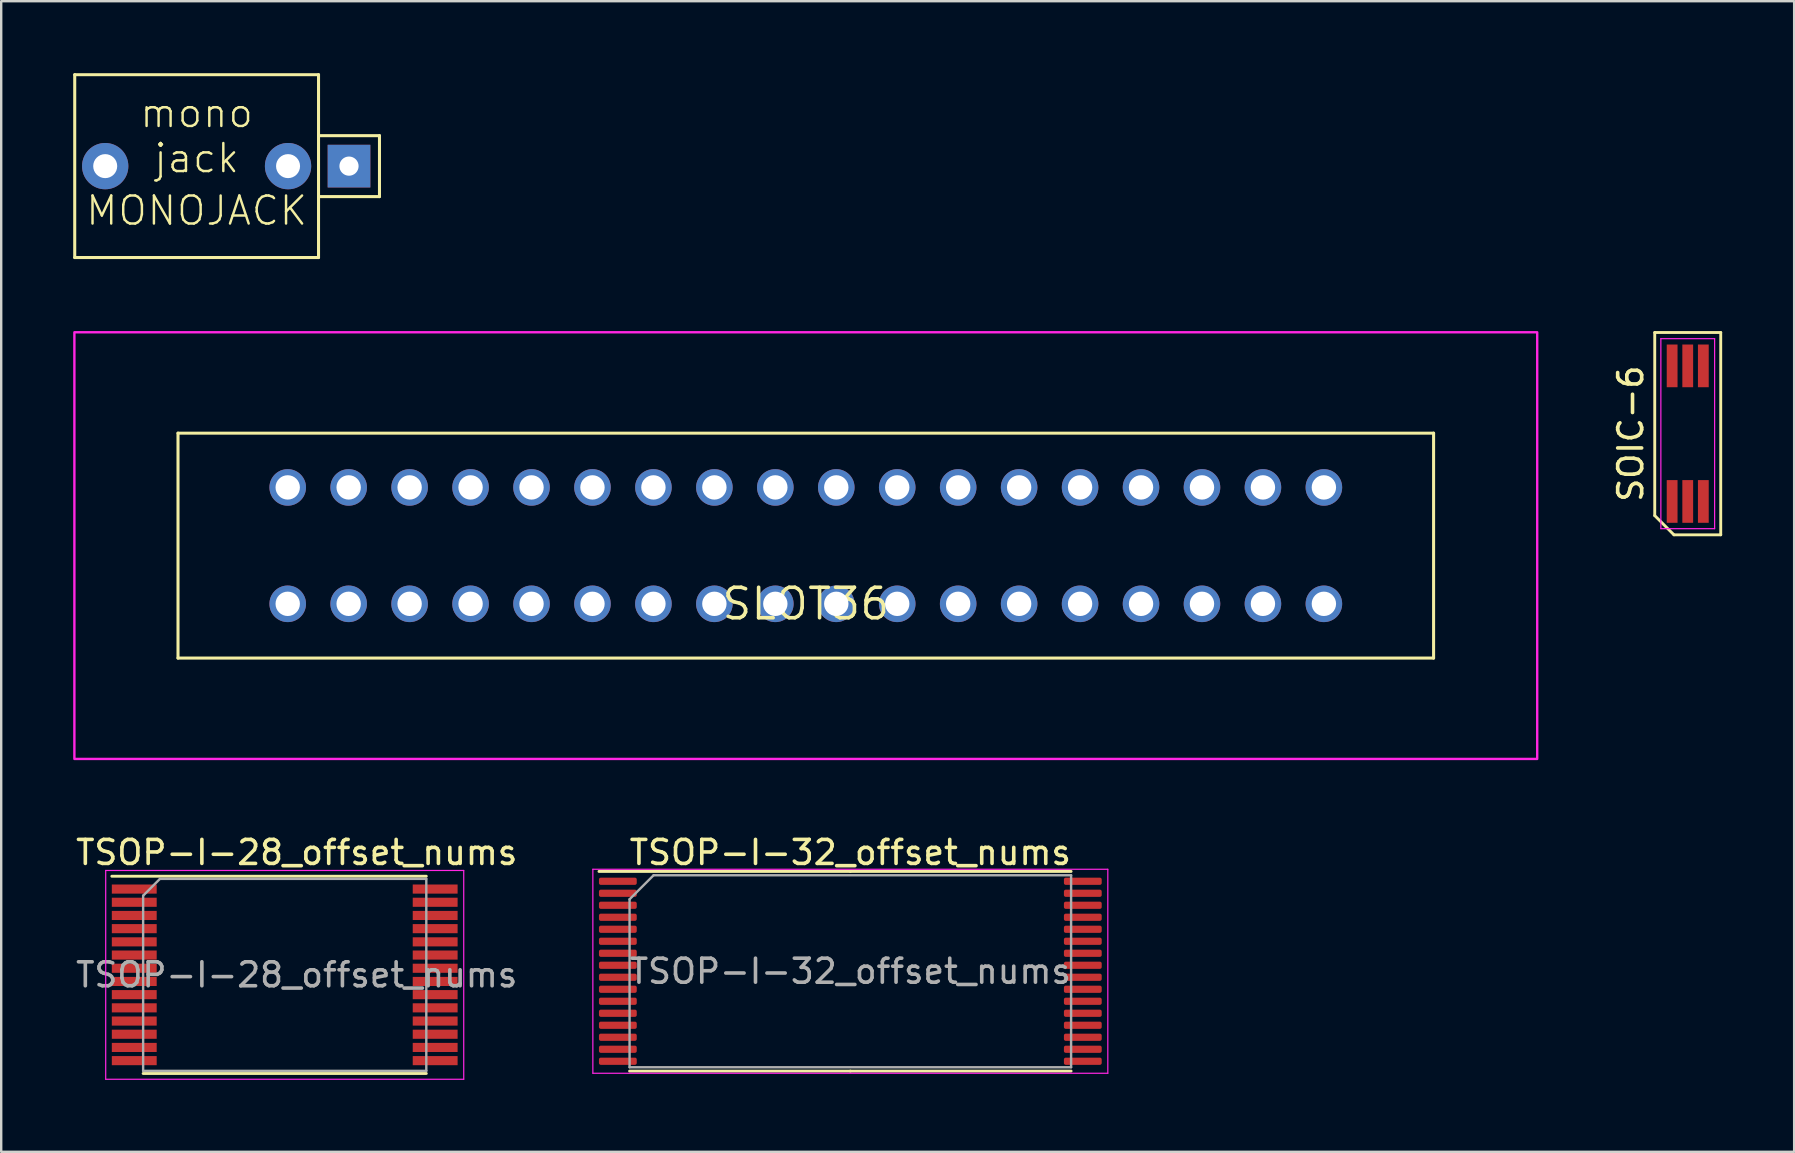
<source format=kicad_pcb>
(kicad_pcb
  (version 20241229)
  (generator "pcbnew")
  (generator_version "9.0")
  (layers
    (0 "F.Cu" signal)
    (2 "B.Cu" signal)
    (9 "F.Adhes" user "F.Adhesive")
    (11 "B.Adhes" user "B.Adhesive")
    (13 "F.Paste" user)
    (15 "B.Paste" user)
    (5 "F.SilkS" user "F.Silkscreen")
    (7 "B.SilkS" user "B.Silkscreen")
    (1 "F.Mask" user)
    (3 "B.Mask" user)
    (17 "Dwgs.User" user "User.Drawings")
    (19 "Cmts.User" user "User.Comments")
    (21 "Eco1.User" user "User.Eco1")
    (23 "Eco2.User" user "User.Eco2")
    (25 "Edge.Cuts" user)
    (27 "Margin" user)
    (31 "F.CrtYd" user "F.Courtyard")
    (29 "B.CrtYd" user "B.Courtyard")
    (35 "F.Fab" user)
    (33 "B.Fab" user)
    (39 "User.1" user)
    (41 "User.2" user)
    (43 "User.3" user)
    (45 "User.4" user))
  (footprint "SLOT36"
    (layer "F.Cu")
    (at 30.53 22.113)
    (property "Reference" "SLOT36" (at 0 0 0) (layer "F.SilkS") (effects (font (size 1.27 1.27) (thickness 0.15))))
    (fp_line (start -26.162 -7.112) (end 26.162 -7.112) (stroke (width 0.127) (type solid)) (layer "F.SilkS"))
    (fp_line (start -26.162 2.261) (end -26.162 -7.112) (stroke (width 0.127) (type solid)) (layer "F.SilkS"))
    (fp_line (start -26.162 2.261) (end 26.162 2.261) (stroke (width 0.127) (type solid)) (layer "F.SilkS"))
    (fp_line (start 26.162 -7.112) (end 26.162 2.261) (stroke (width 0.127) (type solid)) (layer "F.SilkS"))
    (fp_poly (pts (xy -30.48 6.464) (xy 30.48 6.464) (xy 30.48 -11.316) (xy -30.48 -11.316)) (stroke (width 0.1) (type default)) (fill no) (layer "F.CrtYd"))
    (pad "P$1" thru_hole circle (at -21.59 0) (size 1.524 1.524) (drill 1.016) (layers "*.Cu" "*.Mask"))
    (pad "P$2" thru_hole circle (at -19.05 0) (size 1.524 1.524) (drill 1.016) (layers "*.Cu" "*.Mask"))
    (pad "P$3" thru_hole circle (at -16.51 0) (size 1.524 1.524) (drill 1.016) (layers "*.Cu" "*.Mask"))
    (pad "P$4" thru_hole circle (at -13.97 0) (size 1.524 1.524) (drill 1.016) (layers "*.Cu" "*.Mask"))
    (pad "P$5" thru_hole circle (at -11.43 0) (size 1.524 1.524) (drill 1.016) (layers "*.Cu" "*.Mask"))
    (pad "P$6" thru_hole circle (at -8.89 0) (size 1.524 1.524) (drill 1.016) (layers "*.Cu" "*.Mask"))
    (pad "P$7" thru_hole circle (at -6.35 0) (size 1.524 1.524) (drill 1.016) (layers "*.Cu" "*.Mask"))
    (pad "P$8" thru_hole circle (at -3.81 0) (size 1.524 1.524) (drill 1.016) (layers "*.Cu" "*.Mask"))
    (pad "P$9" thru_hole circle (at -1.27 0) (size 1.524 1.524) (drill 1.016) (layers "*.Cu" "*.Mask"))
    (pad "P$10" thru_hole circle (at 1.27 0) (size 1.524 1.524) (drill 1.016) (layers "*.Cu" "*.Mask"))
    (pad "P$11" thru_hole circle (at 3.81 0) (size 1.524 1.524) (drill 1.016) (layers "*.Cu" "*.Mask"))
    (pad "P$12" thru_hole circle (at 6.35 0) (size 1.524 1.524) (drill 1.016) (layers "*.Cu" "*.Mask"))
    (pad "P$13" thru_hole circle (at 8.89 0) (size 1.524 1.524) (drill 1.016) (layers "*.Cu" "*.Mask"))
    (pad "P$14" thru_hole circle (at 11.43 0) (size 1.524 1.524) (drill 1.016) (layers "*.Cu" "*.Mask"))
    (pad "P$15" thru_hole circle (at 13.97 0) (size 1.524 1.524) (drill 1.016) (layers "*.Cu" "*.Mask"))
    (pad "P$16" thru_hole circle (at 16.51 0) (size 1.524 1.524) (drill 1.016) (layers "*.Cu" "*.Mask"))
    (pad "P$17" thru_hole circle (at 19.05 0) (size 1.524 1.524) (drill 1.016) (layers "*.Cu" "*.Mask"))
    (pad "P$18" thru_hole circle (at 21.59 0) (size 1.524 1.524) (drill 1.016) (layers "*.Cu" "*.Mask"))
    (pad "P$19" thru_hole circle (at -21.59 -4.851) (size 1.524 1.524) (drill 1.016) (layers "*.Cu" "*.Mask"))
    (pad "P$20" thru_hole circle (at -19.05 -4.851) (size 1.524 1.524) (drill 1.016) (layers "*.Cu" "*.Mask"))
    (pad "P$21" thru_hole circle (at -16.51 -4.851) (size 1.524 1.524) (drill 1.016) (layers "*.Cu" "*.Mask"))
    (pad "P$22" thru_hole circle (at -13.97 -4.851) (size 1.524 1.524) (drill 1.016) (layers "*.Cu" "*.Mask"))
    (pad "P$23" thru_hole circle (at -11.43 -4.851) (size 1.524 1.524) (drill 1.016) (layers "*.Cu" "*.Mask"))
    (pad "P$24" thru_hole circle (at -8.89 -4.851) (size 1.524 1.524) (drill 1.016) (layers "*.Cu" "*.Mask"))
    (pad "P$25" thru_hole circle (at -6.35 -4.851) (size 1.524 1.524) (drill 1.016) (layers "*.Cu" "*.Mask"))
    (pad "P$26" thru_hole circle (at -3.81 -4.851) (size 1.524 1.524) (drill 1.016) (layers "*.Cu" "*.Mask"))
    (pad "P$27" thru_hole circle (at -1.27 -4.851) (size 1.524 1.524) (drill 1.016) (layers "*.Cu" "*.Mask"))
    (pad "P$28" thru_hole circle (at 1.27 -4.851) (size 1.524 1.524) (drill 1.016) (layers "*.Cu" "*.Mask"))
    (pad "P$29" thru_hole circle (at 3.81 -4.851) (size 1.524 1.524) (drill 1.016) (layers "*.Cu" "*.Mask"))
    (pad "P$30" thru_hole circle (at 6.35 -4.851) (size 1.524 1.524) (drill 1.016) (layers "*.Cu" "*.Mask"))
    (pad "P$31" thru_hole circle (at 8.89 -4.851) (size 1.524 1.524) (drill 1.016) (layers "*.Cu" "*.Mask"))
    (pad "P$32" thru_hole circle (at 11.43 -4.851) (size 1.524 1.524) (drill 1.016) (layers "*.Cu" "*.Mask"))
    (pad "P$33" thru_hole circle (at 13.97 -4.851) (size 1.524 1.524) (drill 1.016) (layers "*.Cu" "*.Mask"))
    (pad "P$34" thru_hole circle (at 16.51 -4.851) (size 1.524 1.524) (drill 1.016) (layers "*.Cu" "*.Mask"))
    (pad "P$35" thru_hole circle (at 19.05 -4.851) (size 1.524 1.524) (drill 1.016) (layers "*.Cu" "*.Mask"))
    (pad "P$36" thru_hole circle (at 21.59 -4.851) (size 1.524 1.524) (drill 1.016) (layers "*.Cu" "*.Mask")))
  (footprint "MONOJACK"
    (layer "F.Cu")
    (at 5.144 3.873)
    (property "Reference" "MONOJACK" (at 0 2.54 0) (layer "F.SilkS") (effects (font (size 1.168 1.168) (thickness 0.102)) (justify bottom)))
    (fp_line (start -5.08 -3.81) (end 5.08 -3.81) (stroke (width 0.127) (type solid)) (layer "F.SilkS"))
    (fp_line (start -5.08 3.81) (end -5.08 -3.81) (stroke (width 0.127) (type solid)) (layer "F.SilkS"))
    (fp_line (start 5.08 -3.81) (end 5.08 -1.27) (stroke (width 0.127) (type solid)) (layer "F.SilkS"))
    (fp_line (start 5.08 -1.27) (end 5.08 1.27) (stroke (width 0.127) (type solid)) (layer "F.SilkS"))
    (fp_line (start 5.08 -1.27) (end 7.62 -1.27) (stroke (width 0.127) (type solid)) (layer "F.SilkS"))
    (fp_line (start 5.08 1.27) (end 5.08 3.81) (stroke (width 0.127) (type solid)) (layer "F.SilkS"))
    (fp_line (start 5.08 3.81) (end -5.08 3.81) (stroke (width 0.127) (type solid)) (layer "F.SilkS"))
    (fp_line (start 7.62 -1.27) (end 7.62 1.27) (stroke (width 0.127) (type solid)) (layer "F.SilkS"))
    (fp_line (start 7.62 1.27) (end 5.08 1.27) (stroke (width 0.127) (type solid)) (layer "F.SilkS"))
    (fp_text user "mono\njack" (at 0 -1.27 0) (layer "F.SilkS") (effects (font (size 1.168 1.168) (thickness 0.102))))
    (pad "GND" thru_hole rect (at 6.35 0) (size 1.778 1.778) (drill 0.8) (layers "*.Cu" "*.Mask"))
    (pad "SW" thru_hole circle (at 3.81 0) (size 1.93 1.93) (drill 1) (layers "*.Cu" "*.Mask"))
    (pad "WAV" thru_hole circle (at -3.81 0) (size 1.93 1.93) (drill 1) (layers "*.Cu" "*.Mask")))
  (footprint "TSOP-I-32_offset_nums"
    (layer "F.Cu")
    (at 32.386 37.425)
    (property "Reference" "TSOP-I-32_offset_nums" (at 0 -4.95 0) (layer "F.SilkS") (effects (font (size 1 1) (thickness 0.15))))
    (attr smd)
    (fp_line (start 0 -4.16) (end -10.475 -4.16) (stroke (width 0.12) (type solid)) (layer "F.SilkS"))
    (fp_line (start 0 -4.16) (end 9.2 -4.16) (stroke (width 0.12) (type solid)) (layer "F.SilkS"))
    (fp_line (start 0 4.16) (end -9.2 4.16) (stroke (width 0.12) (type solid)) (layer "F.SilkS"))
    (fp_line (start 0 4.16) (end 9.2 4.16) (stroke (width 0.12) (type solid)) (layer "F.SilkS"))
    (fp_line (start -10.73 -4.25) (end -10.73 4.25) (stroke (width 0.05) (type solid)) (layer "F.CrtYd"))
    (fp_line (start -10.73 4.25) (end 10.73 4.25) (stroke (width 0.05) (type solid)) (layer "F.CrtYd"))
    (fp_line (start 10.73 -4.25) (end -10.73 -4.25) (stroke (width 0.05) (type solid)) (layer "F.CrtYd"))
    (fp_line (start 10.73 4.25) (end 10.73 -4.25) (stroke (width 0.05) (type solid)) (layer "F.CrtYd"))
    (fp_line (start -9.2 -3) (end -8.2 -4) (stroke (width 0.1) (type solid)) (layer "F.Fab"))
    (fp_line (start -9.2 4) (end -9.2 -3) (stroke (width 0.1) (type solid)) (layer "F.Fab"))
    (fp_line (start -8.2 -4) (end 9.2 -4) (stroke (width 0.1) (type solid)) (layer "F.Fab"))
    (fp_line (start 9.2 -4) (end 9.2 4) (stroke (width 0.1) (type solid)) (layer "F.Fab"))
    (fp_line (start 9.2 4) (end -9.2 4) (stroke (width 0.1) (type solid)) (layer "F.Fab"))
    (fp_text user "${REFERENCE}" (at 0 0 0) (layer "F.Fab") (effects (font (size 1 1) (thickness 0.15))))
    (pad "1" smd roundrect (at -9.688 0.25) (size 1.575 0.3) (layers "F.Cu" "F.Mask" "F.Paste") (roundrect_rratio 0.25))
    (pad "2" smd roundrect (at -9.688 0.75) (size 1.575 0.3) (layers "F.Cu" "F.Mask" "F.Paste") (roundrect_rratio 0.25))
    (pad "3" smd roundrect (at -9.688 1.25) (size 1.575 0.3) (layers "F.Cu" "F.Mask" "F.Paste") (roundrect_rratio 0.25))
    (pad "4" smd roundrect (at -9.688 1.75) (size 1.575 0.3) (layers "F.Cu" "F.Mask" "F.Paste") (roundrect_rratio 0.25))
    (pad "5" smd roundrect (at -9.688 2.25) (size 1.575 0.3) (layers "F.Cu" "F.Mask" "F.Paste") (roundrect_rratio 0.25))
    (pad "6" smd roundrect (at -9.688 2.75) (size 1.575 0.3) (layers "F.Cu" "F.Mask" "F.Paste") (roundrect_rratio 0.25))
    (pad "7" smd roundrect (at -9.688 3.25) (size 1.575 0.3) (layers "F.Cu" "F.Mask" "F.Paste") (roundrect_rratio 0.25))
    (pad "8" smd roundrect (at -9.688 3.75) (size 1.575 0.3) (layers "F.Cu" "F.Mask" "F.Paste") (roundrect_rratio 0.25))
    (pad "9" smd roundrect (at 9.688 3.75) (size 1.575 0.3) (layers "F.Cu" "F.Mask" "F.Paste") (roundrect_rratio 0.25))
    (pad "10" smd roundrect (at 9.688 3.25) (size 1.575 0.3) (layers "F.Cu" "F.Mask" "F.Paste") (roundrect_rratio 0.25))
    (pad "11" smd roundrect (at 9.688 2.75) (size 1.575 0.3) (layers "F.Cu" "F.Mask" "F.Paste") (roundrect_rratio 0.25))
    (pad "12" smd roundrect (at 9.688 2.25) (size 1.575 0.3) (layers "F.Cu" "F.Mask" "F.Paste") (roundrect_rratio 0.25))
    (pad "13" smd roundrect (at 9.688 1.75) (size 1.575 0.3) (layers "F.Cu" "F.Mask" "F.Paste") (roundrect_rratio 0.25))
    (pad "14" smd roundrect (at 9.688 1.25) (size 1.575 0.3) (layers "F.Cu" "F.Mask" "F.Paste") (roundrect_rratio 0.25))
    (pad "15" smd roundrect (at 9.688 0.75) (size 1.575 0.3) (layers "F.Cu" "F.Mask" "F.Paste") (roundrect_rratio 0.25))
    (pad "16" smd roundrect (at 9.688 0.25) (size 1.575 0.3) (layers "F.Cu" "F.Mask" "F.Paste") (roundrect_rratio 0.25))
    (pad "17" smd roundrect (at 9.688 -0.25) (size 1.575 0.3) (layers "F.Cu" "F.Mask" "F.Paste") (roundrect_rratio 0.25))
    (pad "18" smd roundrect (at 9.688 -0.75) (size 1.575 0.3) (layers "F.Cu" "F.Mask" "F.Paste") (roundrect_rratio 0.25))
    (pad "19" smd roundrect (at 9.688 -1.25) (size 1.575 0.3) (layers "F.Cu" "F.Mask" "F.Paste") (roundrect_rratio 0.25))
    (pad "20" smd roundrect (at 9.688 -1.75) (size 1.575 0.3) (layers "F.Cu" "F.Mask" "F.Paste") (roundrect_rratio 0.25))
    (pad "21" smd roundrect (at 9.688 -2.25) (size 1.575 0.3) (layers "F.Cu" "F.Mask" "F.Paste") (roundrect_rratio 0.25))
    (pad "22" smd roundrect (at 9.688 -2.75) (size 1.575 0.3) (layers "F.Cu" "F.Mask" "F.Paste") (roundrect_rratio 0.25))
    (pad "23" smd roundrect (at 9.688 -3.25) (size 1.575 0.3) (layers "F.Cu" "F.Mask" "F.Paste") (roundrect_rratio 0.25))
    (pad "24" smd roundrect (at 9.688 -3.75) (size 1.575 0.3) (layers "F.Cu" "F.Mask" "F.Paste") (roundrect_rratio 0.25))
    (pad "25" smd roundrect (at -9.688 -3.75) (size 1.575 0.3) (layers "F.Cu" "F.Mask" "F.Paste") (roundrect_rratio 0.25))
    (pad "26" smd roundrect (at -9.688 -3.25) (size 1.575 0.3) (layers "F.Cu" "F.Mask" "F.Paste") (roundrect_rratio 0.25))
    (pad "27" smd roundrect (at -9.688 -2.75) (size 1.575 0.3) (layers "F.Cu" "F.Mask" "F.Paste") (roundrect_rratio 0.25))
    (pad "28" smd roundrect (at -9.688 -2.25) (size 1.575 0.3) (layers "F.Cu" "F.Mask" "F.Paste") (roundrect_rratio 0.25))
    (pad "29" smd roundrect (at -9.688 -1.75) (size 1.575 0.3) (layers "F.Cu" "F.Mask" "F.Paste") (roundrect_rratio 0.25))
    (pad "30" smd roundrect (at -9.688 -1.25) (size 1.575 0.3) (layers "F.Cu" "F.Mask" "F.Paste") (roundrect_rratio 0.25))
    (pad "31" smd roundrect (at -9.688 -0.75) (size 1.575 0.3) (layers "F.Cu" "F.Mask" "F.Paste") (roundrect_rratio 0.25))
    (pad "32" smd roundrect (at -9.688 -0.25) (size 1.575 0.3) (layers "F.Cu" "F.Mask" "F.Paste") (roundrect_rratio 0.25)))
  (footprint "SOIC-6"
    (layer "F.Cu")
    (at 67.283 15.022)
    (property "Reference" "SOIC-6" (at -2.375 0 90) (layer "F.SilkS") (effects (font (size 1 1) (thickness 0.15))))
    (attr smd)
    (fp_line (start -1.375 -4.215) (end 1.375 -4.215) (stroke (width 0.12) (type default)) (layer "F.SilkS"))
    (fp_line (start -1.375 3.415) (end -1.375 -4.215) (stroke (width 0.12) (type default)) (layer "F.SilkS"))
    (fp_line (start -0.575 4.215) (end -1.375 3.415) (stroke (width 0.12) (type default)) (layer "F.SilkS"))
    (fp_line (start 1.375 -4.215) (end 1.375 4.215) (stroke (width 0.12) (type default)) (layer "F.SilkS"))
    (fp_line (start 1.375 4.215) (end -0.575 4.215) (stroke (width 0.12) (type default)) (layer "F.SilkS"))
    (fp_line (start -1.12 -3.96) (end 1.12 -3.96) (stroke (width 0.05) (type default)) (layer "F.CrtYd"))
    (fp_line (start -1.12 3.96) (end -1.12 -3.96) (stroke (width 0.05) (type default)) (layer "F.CrtYd"))
    (fp_line (start 1.12 -3.96) (end 1.12 3.96) (stroke (width 0.05) (type default)) (layer "F.CrtYd"))
    (fp_line (start 1.12 3.96) (end -1.12 3.96) (stroke (width 0.05) (type default)) (layer "F.CrtYd"))
    (pad "1" smd rect (at -0.65 2.825) (size 0.45 1.78) (layers "F.Cu" "F.Mask" "F.Paste"))
    (pad "2" smd rect (at 0 2.825) (size 0.45 1.78) (layers "F.Cu" "F.Mask" "F.Paste"))
    (pad "3" smd rect (at 0.65 2.825) (size 0.45 1.78) (layers "F.Cu" "F.Mask" "F.Paste"))
    (pad "4" smd rect (at 0.65 -2.825) (size 0.45 1.78) (layers "F.Cu" "F.Mask" "F.Paste"))
    (pad "5" smd rect (at 0 -2.825) (size 0.45 1.78) (layers "F.Cu" "F.Mask" "F.Paste"))
    (pad "6" smd rect (at -0.65 -2.825) (size 0.45 1.78) (layers "F.Cu" "F.Mask" "F.Paste")))
  (footprint "TSOP-I-28_offset_nums"
    (layer "F.Cu")
    (at 8.815 37.575)
    (property "Reference" "TSOP-I-28_offset_nums" (at 0.5 -5.1 0) (layer "F.SilkS") (effects (font (size 1 1) (thickness 0.15))))
    (attr smd)
    (fp_line (start -7.205 -4.11) (end 5.9 -4.11) (stroke (width 0.12) (type solid)) (layer "F.SilkS"))
    (fp_line (start -5.9 4.11) (end 5.9 4.11) (stroke (width 0.12) (type solid)) (layer "F.SilkS"))
    (fp_line (start -7.46 -4.35) (end -7.46 4.35) (stroke (width 0.05) (type solid)) (layer "F.CrtYd"))
    (fp_line (start -7.46 -4.35) (end 7.46 -4.35) (stroke (width 0.05) (type solid)) (layer "F.CrtYd"))
    (fp_line (start 7.46 4.35) (end -7.46 4.35) (stroke (width 0.05) (type solid)) (layer "F.CrtYd"))
    (fp_line (start 7.46 4.35) (end 7.46 -4.35) (stroke (width 0.05) (type solid)) (layer "F.CrtYd"))
    (fp_line (start -5.9 -3.3) (end -5.9 4) (stroke (width 0.1) (type solid)) (layer "F.Fab"))
    (fp_line (start -5.9 -3.3) (end -5.2 -4) (stroke (width 0.1) (type solid)) (layer "F.Fab"))
    (fp_line (start 5.9 -4) (end -5.2 -4) (stroke (width 0.1) (type solid)) (layer "F.Fab"))
    (fp_line (start 5.9 -4) (end 5.9 4) (stroke (width 0.1) (type solid)) (layer "F.Fab"))
    (fp_line (start 5.9 4) (end -5.9 4) (stroke (width 0.1) (type solid)) (layer "F.Fab"))
    (fp_text user "${REFERENCE}" (at 0.5 0 0) (layer "F.Fab") (effects (font (size 1 1) (thickness 0.15))))
    (pad "1" smd rect (at -6.27 0.275) (size 1.87 0.38) (layers "F.Cu" "F.Mask" "F.Paste"))
    (pad "2" smd rect (at -6.27 0.825) (size 1.87 0.38) (layers "F.Cu" "F.Mask" "F.Paste"))
    (pad "3" smd rect (at -6.27 1.375) (size 1.87 0.38) (layers "F.Cu" "F.Mask" "F.Paste"))
    (pad "4" smd rect (at -6.27 1.925) (size 1.87 0.38) (layers "F.Cu" "F.Mask" "F.Paste"))
    (pad "5" smd rect (at -6.27 2.475) (size 1.87 0.38) (layers "F.Cu" "F.Mask" "F.Paste"))
    (pad "6" smd rect (at -6.27 3.025) (size 1.87 0.38) (layers "F.Cu" "F.Mask" "F.Paste"))
    (pad "7" smd rect (at -6.27 3.575) (size 1.87 0.38) (layers "F.Cu" "F.Mask" "F.Paste"))
    (pad "8" smd rect (at 6.27 3.575) (size 1.87 0.38) (layers "F.Cu" "F.Mask" "F.Paste"))
    (pad "9" smd rect (at 6.27 3.025) (size 1.87 0.38) (layers "F.Cu" "F.Mask" "F.Paste"))
    (pad "10" smd rect (at 6.27 2.475) (size 1.87 0.38) (layers "F.Cu" "F.Mask" "F.Paste"))
    (pad "11" smd rect (at 6.27 1.925) (size 1.87 0.38) (layers "F.Cu" "F.Mask" "F.Paste"))
    (pad "12" smd rect (at 6.27 1.375) (size 1.87 0.38) (layers "F.Cu" "F.Mask" "F.Paste"))
    (pad "13" smd rect (at 6.27 0.825) (size 1.87 0.38) (layers "F.Cu" "F.Mask" "F.Paste"))
    (pad "14" smd rect (at 6.27 0.275) (size 1.87 0.38) (layers "F.Cu" "F.Mask" "F.Paste"))
    (pad "15" smd rect (at 6.27 -0.275) (size 1.87 0.38) (layers "F.Cu" "F.Mask" "F.Paste"))
    (pad "16" smd rect (at 6.27 -0.825) (size 1.87 0.38) (layers "F.Cu" "F.Mask" "F.Paste"))
    (pad "17" smd rect (at 6.27 -1.375) (size 1.87 0.38) (layers "F.Cu" "F.Mask" "F.Paste"))
    (pad "18" smd rect (at 6.27 -1.925) (size 1.87 0.38) (layers "F.Cu" "F.Mask" "F.Paste"))
    (pad "19" smd rect (at 6.27 -2.475) (size 1.87 0.38) (layers "F.Cu" "F.Mask" "F.Paste"))
    (pad "20" smd rect (at 6.27 -3.025) (size 1.87 0.38) (layers "F.Cu" "F.Mask" "F.Paste"))
    (pad "21" smd rect (at 6.27 -3.575) (size 1.87 0.38) (layers "F.Cu" "F.Mask" "F.Paste"))
    (pad "22" smd rect (at -6.27 -3.575) (size 1.87 0.38) (layers "F.Cu" "F.Mask" "F.Paste"))
    (pad "23" smd rect (at -6.27 -3.025) (size 1.87 0.38) (layers "F.Cu" "F.Mask" "F.Paste"))
    (pad "24" smd rect (at -6.27 -2.475) (size 1.87 0.38) (layers "F.Cu" "F.Mask" "F.Paste"))
    (pad "25" smd rect (at -6.27 -1.925) (size 1.87 0.38) (layers "F.Cu" "F.Mask" "F.Paste"))
    (pad "26" smd rect (at -6.27 -1.375) (size 1.87 0.38) (layers "F.Cu" "F.Mask" "F.Paste"))
    (pad "27" smd rect (at -6.27 -0.825) (size 1.87 0.38) (layers "F.Cu" "F.Mask" "F.Paste"))
    (pad "28" smd rect (at -6.27 -0.275) (size 1.87 0.38) (layers "F.Cu" "F.Mask" "F.Paste")))
  (gr_rect
    (start -3 -3)
    (end 71.718 44.95)
    (stroke (width 0.1) (type default))
    (fill no)
    (layer "Edge.Cuts")))
</source>
